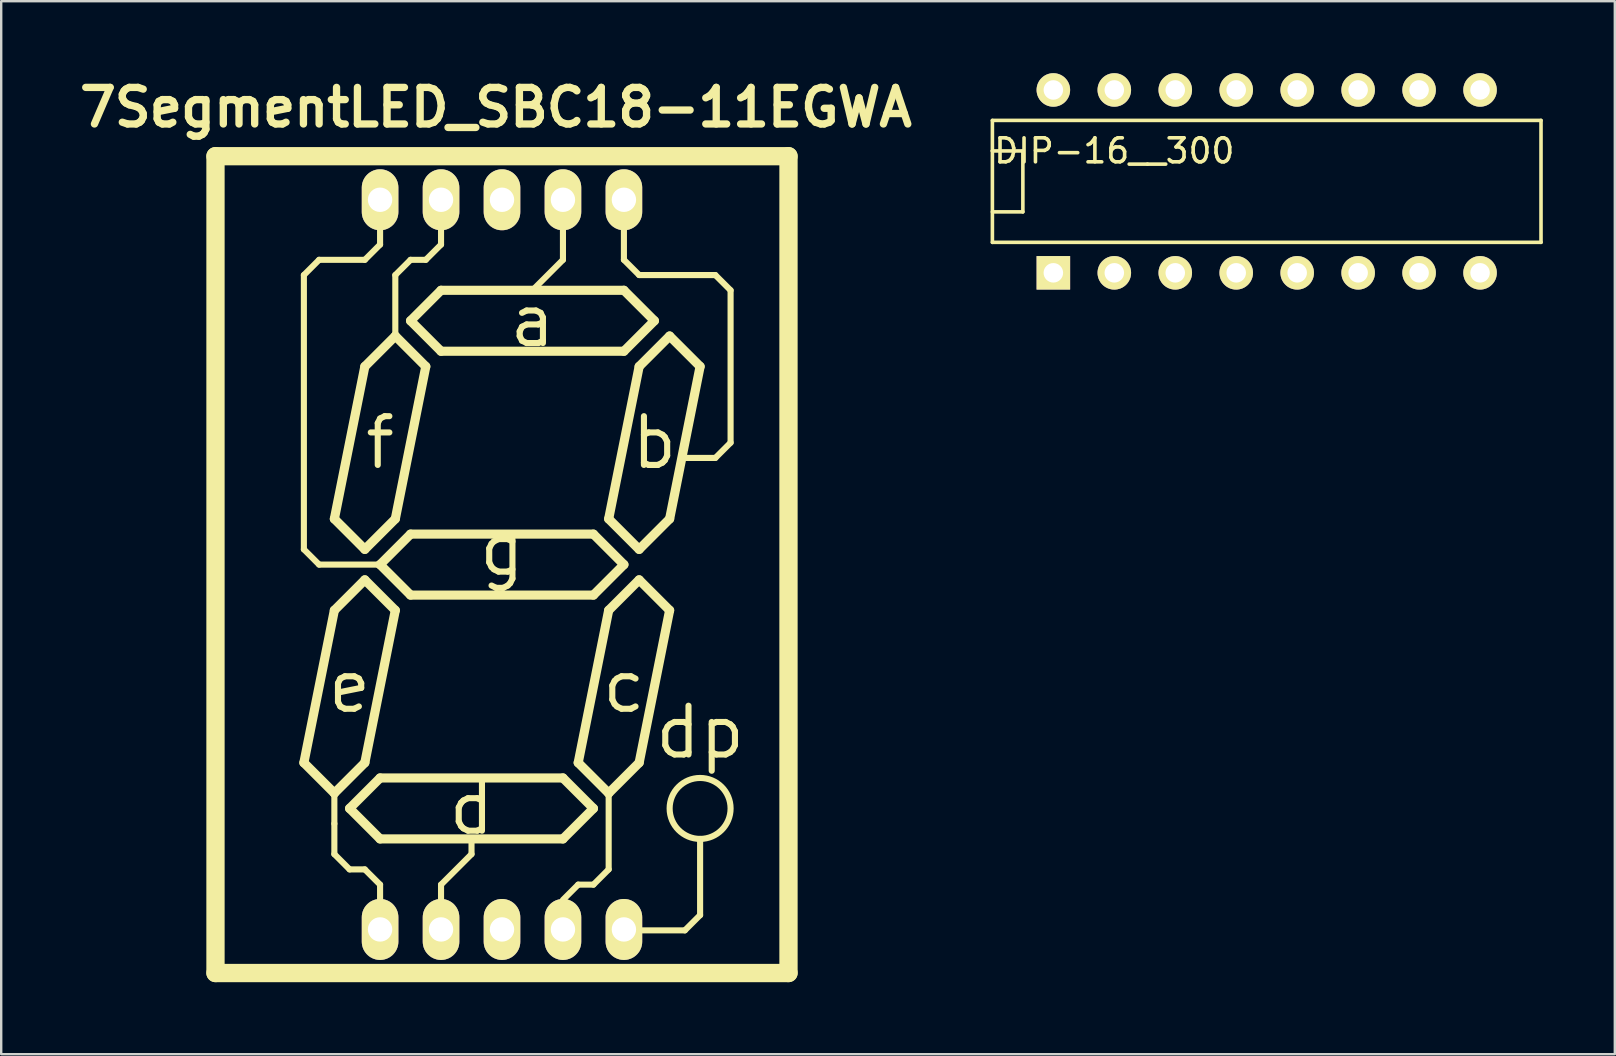
<source format=kicad_pcb>
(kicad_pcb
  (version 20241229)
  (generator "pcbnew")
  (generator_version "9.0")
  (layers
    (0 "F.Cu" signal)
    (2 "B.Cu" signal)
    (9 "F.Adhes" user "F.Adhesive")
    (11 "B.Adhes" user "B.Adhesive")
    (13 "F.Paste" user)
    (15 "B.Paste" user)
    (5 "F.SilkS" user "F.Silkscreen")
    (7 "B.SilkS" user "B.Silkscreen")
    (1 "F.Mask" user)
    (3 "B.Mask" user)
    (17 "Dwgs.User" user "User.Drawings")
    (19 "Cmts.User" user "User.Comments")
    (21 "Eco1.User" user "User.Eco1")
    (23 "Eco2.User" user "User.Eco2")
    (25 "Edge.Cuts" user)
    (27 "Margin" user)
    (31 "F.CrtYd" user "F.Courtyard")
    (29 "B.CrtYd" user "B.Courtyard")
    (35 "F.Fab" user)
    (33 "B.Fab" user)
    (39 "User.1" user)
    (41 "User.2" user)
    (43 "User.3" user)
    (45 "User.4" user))
  (footprint "7SegmentLED_SBC18-11EGWA"
    (layer "F.Cu")
    (at 17.867 20.476)
    (property "Reference" "7SegmentLED_SBC18-11EGWA" (at -0.254 -19.05 0) (layer "F.SilkS") (effects (font (size 1.524 1.524) (thickness 0.305))))
    (attr through_hole)
    (fp_line (start -11.938 -17.018) (end 11.938 -17.018) (stroke (width 0.762) (type solid)) (layer "F.SilkS"))
    (fp_line (start -11.938 17.018) (end -11.938 -17.018) (stroke (width 0.762) (type solid)) (layer "F.SilkS"))
    (fp_line (start -8.255 -12.065) (end -8.255 -0.635) (stroke (width 0.254) (type solid)) (layer "F.SilkS"))
    (fp_line (start -8.255 -0.635) (end -7.62 0) (stroke (width 0.254) (type solid)) (layer "F.SilkS"))
    (fp_line (start -8.255 8.255) (end -6.985 1.905) (stroke (width 0.381) (type solid)) (layer "F.SilkS"))
    (fp_line (start -7.62 -12.7) (end -8.255 -12.065) (stroke (width 0.254) (type solid)) (layer "F.SilkS"))
    (fp_line (start -7.62 0) (end -5.08 0) (stroke (width 0.254) (type solid)) (layer "F.SilkS"))
    (fp_line (start -6.985 -1.905) (end -5.715 -0.635) (stroke (width 0.381) (type solid)) (layer "F.SilkS"))
    (fp_line (start -6.985 1.905) (end -5.715 0.635) (stroke (width 0.381) (type solid)) (layer "F.SilkS"))
    (fp_line (start -6.985 9.525) (end -8.255 8.255) (stroke (width 0.381) (type solid)) (layer "F.SilkS"))
    (fp_line (start -6.985 9.525) (end -6.985 10.795) (stroke (width 0.254) (type solid)) (layer "F.SilkS"))
    (fp_line (start -6.985 10.795) (end -6.985 12.065) (stroke (width 0.254) (type solid)) (layer "F.SilkS"))
    (fp_line (start -6.985 12.065) (end -6.35 12.7) (stroke (width 0.254) (type solid)) (layer "F.SilkS"))
    (fp_line (start -6.35 10.16) (end -5.08 8.89) (stroke (width 0.381) (type solid)) (layer "F.SilkS"))
    (fp_line (start -6.35 12.7) (end -5.715 12.7) (stroke (width 0.254) (type solid)) (layer "F.SilkS"))
    (fp_line (start -5.715 -12.7) (end -7.62 -12.7) (stroke (width 0.254) (type solid)) (layer "F.SilkS"))
    (fp_line (start -5.715 -8.255) (end -6.985 -1.905) (stroke (width 0.381) (type solid)) (layer "F.SilkS"))
    (fp_line (start -5.715 -0.635) (end -4.445 -1.905) (stroke (width 0.381) (type solid)) (layer "F.SilkS"))
    (fp_line (start -5.715 0.635) (end -4.445 1.905) (stroke (width 0.381) (type solid)) (layer "F.SilkS"))
    (fp_line (start -5.715 8.255) (end -6.985 9.525) (stroke (width 0.381) (type solid)) (layer "F.SilkS"))
    (fp_line (start -5.715 12.7) (end -5.08 13.335) (stroke (width 0.254) (type solid)) (layer "F.SilkS"))
    (fp_line (start -5.08 -13.97) (end -5.08 -13.335) (stroke (width 0.254) (type solid)) (layer "F.SilkS"))
    (fp_line (start -5.08 -13.335) (end -5.715 -12.7) (stroke (width 0.254) (type solid)) (layer "F.SilkS"))
    (fp_line (start -5.08 0) (end -3.81 -1.27) (stroke (width 0.381) (type solid)) (layer "F.SilkS"))
    (fp_line (start -5.08 8.89) (end 2.54 8.89) (stroke (width 0.381) (type solid)) (layer "F.SilkS"))
    (fp_line (start -5.08 11.43) (end -6.35 10.16) (stroke (width 0.381) (type solid)) (layer "F.SilkS"))
    (fp_line (start -5.08 13.335) (end -5.08 13.97) (stroke (width 0.254) (type solid)) (layer "F.SilkS"))
    (fp_line (start -4.445 -12.065) (end -3.81 -12.7) (stroke (width 0.254) (type solid)) (layer "F.SilkS"))
    (fp_line (start -4.445 -9.525) (end -5.715 -8.255) (stroke (width 0.381) (type solid)) (layer "F.SilkS"))
    (fp_line (start -4.445 -9.525) (end -4.445 -12.065) (stroke (width 0.254) (type solid)) (layer "F.SilkS"))
    (fp_line (start -4.445 -1.905) (end -3.175 -8.255) (stroke (width 0.381) (type solid)) (layer "F.SilkS"))
    (fp_line (start -4.445 1.905) (end -5.715 8.255) (stroke (width 0.381) (type solid)) (layer "F.SilkS"))
    (fp_line (start -3.81 -12.7) (end -3.175 -12.7) (stroke (width 0.254) (type solid)) (layer "F.SilkS"))
    (fp_line (start -3.81 -10.16) (end -2.54 -11.43) (stroke (width 0.381) (type solid)) (layer "F.SilkS"))
    (fp_line (start -3.81 -1.27) (end 3.81 -1.27) (stroke (width 0.381) (type solid)) (layer "F.SilkS"))
    (fp_line (start -3.81 1.27) (end -5.08 0) (stroke (width 0.381) (type solid)) (layer "F.SilkS"))
    (fp_line (start -3.175 -12.7) (end -2.54 -13.335) (stroke (width 0.254) (type solid)) (layer "F.SilkS"))
    (fp_line (start -3.175 -8.255) (end -4.445 -9.525) (stroke (width 0.381) (type solid)) (layer "F.SilkS"))
    (fp_line (start -2.54 -13.335) (end -2.54 -13.97) (stroke (width 0.254) (type solid)) (layer "F.SilkS"))
    (fp_line (start -2.54 -11.43) (end 5.08 -11.43) (stroke (width 0.381) (type solid)) (layer "F.SilkS"))
    (fp_line (start -2.54 -8.89) (end -3.81 -10.16) (stroke (width 0.381) (type solid)) (layer "F.SilkS"))
    (fp_line (start -2.54 13.335) (end -2.54 13.97) (stroke (width 0.254) (type solid)) (layer "F.SilkS"))
    (fp_line (start -1.27 11.43) (end -1.27 12.065) (stroke (width 0.254) (type solid)) (layer "F.SilkS"))
    (fp_line (start -1.27 12.065) (end -2.54 13.335) (stroke (width 0.254) (type solid)) (layer "F.SilkS"))
    (fp_line (start 2.54 -15.24) (end 2.54 -12.7) (stroke (width 0.254) (type solid)) (layer "F.SilkS"))
    (fp_line (start 2.54 -12.7) (end 1.27 -11.43) (stroke (width 0.254) (type solid)) (layer "F.SilkS"))
    (fp_line (start 2.54 8.89) (end 3.81 10.16) (stroke (width 0.381) (type solid)) (layer "F.SilkS"))
    (fp_line (start 2.54 11.43) (end -5.08 11.43) (stroke (width 0.381) (type solid)) (layer "F.SilkS"))
    (fp_line (start 3.175 8.255) (end 4.445 9.525) (stroke (width 0.381) (type solid)) (layer "F.SilkS"))
    (fp_line (start 3.175 13.335) (end 2.54 13.97) (stroke (width 0.254) (type solid)) (layer "F.SilkS"))
    (fp_line (start 3.81 -1.27) (end 5.08 0) (stroke (width 0.381) (type solid)) (layer "F.SilkS"))
    (fp_line (start 3.81 1.27) (end -3.81 1.27) (stroke (width 0.381) (type solid)) (layer "F.SilkS"))
    (fp_line (start 3.81 10.16) (end 2.54 11.43) (stroke (width 0.381) (type solid)) (layer "F.SilkS"))
    (fp_line (start 3.81 13.335) (end 3.175 13.335) (stroke (width 0.254) (type solid)) (layer "F.SilkS"))
    (fp_line (start 4.445 -1.905) (end 5.715 -8.255) (stroke (width 0.381) (type solid)) (layer "F.SilkS"))
    (fp_line (start 4.445 1.905) (end 3.175 8.255) (stroke (width 0.381) (type solid)) (layer "F.SilkS"))
    (fp_line (start 4.445 9.525) (end 4.445 12.7) (stroke (width 0.254) (type solid)) (layer "F.SilkS"))
    (fp_line (start 4.445 9.525) (end 5.715 8.255) (stroke (width 0.381) (type solid)) (layer "F.SilkS"))
    (fp_line (start 4.445 12.7) (end 3.81 13.335) (stroke (width 0.254) (type solid)) (layer "F.SilkS"))
    (fp_line (start 5.08 -15.24) (end 5.08 -12.7) (stroke (width 0.254) (type solid)) (layer "F.SilkS"))
    (fp_line (start 5.08 -12.7) (end 5.715 -12.065) (stroke (width 0.254) (type solid)) (layer "F.SilkS"))
    (fp_line (start 5.08 -11.43) (end 6.35 -10.16) (stroke (width 0.381) (type solid)) (layer "F.SilkS"))
    (fp_line (start 5.08 -8.89) (end -2.54 -8.89) (stroke (width 0.381) (type solid)) (layer "F.SilkS"))
    (fp_line (start 5.08 0) (end 3.81 1.27) (stroke (width 0.381) (type solid)) (layer "F.SilkS"))
    (fp_line (start 5.715 -12.065) (end 8.89 -12.065) (stroke (width 0.254) (type solid)) (layer "F.SilkS"))
    (fp_line (start 5.715 -8.255) (end 6.985 -9.525) (stroke (width 0.381) (type solid)) (layer "F.SilkS"))
    (fp_line (start 5.715 -0.635) (end 4.445 -1.905) (stroke (width 0.381) (type solid)) (layer "F.SilkS"))
    (fp_line (start 5.715 0.635) (end 4.445 1.905) (stroke (width 0.381) (type solid)) (layer "F.SilkS"))
    (fp_line (start 5.715 8.255) (end 6.985 1.905) (stroke (width 0.381) (type solid)) (layer "F.SilkS"))
    (fp_line (start 6.35 -10.16) (end 5.08 -8.89) (stroke (width 0.381) (type solid)) (layer "F.SilkS"))
    (fp_line (start 6.985 -9.525) (end 8.255 -8.255) (stroke (width 0.381) (type solid)) (layer "F.SilkS"))
    (fp_line (start 6.985 -1.905) (end 5.715 -0.635) (stroke (width 0.381) (type solid)) (layer "F.SilkS"))
    (fp_line (start 6.985 1.905) (end 5.715 0.635) (stroke (width 0.381) (type solid)) (layer "F.SilkS"))
    (fp_line (start 7.62 15.24) (end 5.715 15.24) (stroke (width 0.254) (type solid)) (layer "F.SilkS"))
    (fp_line (start 8.255 -8.255) (end 6.985 -1.905) (stroke (width 0.381) (type solid)) (layer "F.SilkS"))
    (fp_line (start 8.255 11.43) (end 8.255 14.605) (stroke (width 0.254) (type solid)) (layer "F.SilkS"))
    (fp_line (start 8.255 14.605) (end 7.62 15.24) (stroke (width 0.254) (type solid)) (layer "F.SilkS"))
    (fp_line (start 8.89 -12.065) (end 9.525 -11.43) (stroke (width 0.254) (type solid)) (layer "F.SilkS"))
    (fp_line (start 8.89 -4.445) (end 7.62 -4.445) (stroke (width 0.254) (type solid)) (layer "F.SilkS"))
    (fp_line (start 9.525 -11.43) (end 9.525 -5.08) (stroke (width 0.254) (type solid)) (layer "F.SilkS"))
    (fp_line (start 9.525 -5.08) (end 8.89 -4.445) (stroke (width 0.254) (type solid)) (layer "F.SilkS"))
    (fp_line (start 11.938 -17.018) (end 11.938 17.018) (stroke (width 0.762) (type solid)) (layer "F.SilkS"))
    (fp_line (start 11.938 17.018) (end -11.938 17.018) (stroke (width 0.762) (type solid)) (layer "F.SilkS"))
    (fp_circle (center 8.255 10.16) (end 6.985 10.16) (stroke (width 0.254) (type solid)) (fill no) (layer "F.SilkS"))
    (fp_text user "f" (at -5.08 -5.08 0) (layer "F.SilkS") (effects (font (size 2.032 2.032) (thickness 0.254))))
    (fp_text user "e" (at -6.35 5.08 0) (layer "F.SilkS") (effects (font (size 2.032 2.032) (thickness 0.254))))
    (fp_text user "a" (at 1.27 -10.16 0) (layer "F.SilkS") (effects (font (size 2.032 2.032) (thickness 0.254))))
    (fp_text user "c" (at 5.08 5.08 0) (layer "F.SilkS") (effects (font (size 2.032 2.032) (thickness 0.254))))
    (fp_text user "d" (at -1.27 10.16 0) (layer "F.SilkS") (effects (font (size 2.032 2.032) (thickness 0.254))))
    (fp_text user "b" (at 6.35 -5.08 0) (layer "F.SilkS") (effects (font (size 2.032 2.032) (thickness 0.254))))
    (fp_text user "g" (at 0 -0.635 0) (layer "F.SilkS") (effects (font (size 2.032 2.032) (thickness 0.254))))
    (fp_text user "dp" (at 8.255 6.985 0) (layer "F.SilkS") (effects (font (size 2.032 2.032) (thickness 0.254))))
    (pad "1" thru_hole oval (at -5.08 15.202) (size 1.524 2.54) (drill 1.016) (layers "*.Cu" "*.Mask" "F.SilkS"))
    (pad "2" thru_hole oval (at -2.54 15.202) (size 1.524 2.54) (drill 1.016) (layers "*.Cu" "*.Mask" "F.SilkS"))
    (pad "3" thru_hole oval (at 0 15.202) (size 1.524 2.54) (drill 1.016) (layers "*.Cu" "*.Mask" "F.SilkS"))
    (pad "4" thru_hole oval (at 2.54 15.202) (size 1.524 2.54) (drill 1.016) (layers "*.Cu" "*.Mask" "F.SilkS"))
    (pad "5" thru_hole oval (at 5.08 15.202) (size 1.524 2.54) (drill 1.016) (layers "*.Cu" "*.Mask" "F.SilkS"))
    (pad "6" thru_hole oval (at 5.08 -15.202) (size 1.524 2.54) (drill 1.016) (layers "*.Cu" "*.Mask" "F.SilkS"))
    (pad "7" thru_hole oval (at 2.54 -15.202) (size 1.524 2.54) (drill 1.016) (layers "*.Cu" "*.Mask" "F.SilkS"))
    (pad "8" thru_hole oval (at 0 -15.202) (size 1.524 2.54) (drill 1.016) (layers "*.Cu" "*.Mask" "F.SilkS"))
    (pad "9" thru_hole oval (at -2.54 -15.202) (size 1.524 2.54) (drill 1.016) (layers "*.Cu" "*.Mask" "F.SilkS"))
    (pad "10" thru_hole oval (at -5.08 -15.202) (size 1.524 2.54) (drill 1.016) (layers "*.Cu" "*.Mask" "F.SilkS")))
  (footprint "DIP-16__300"
    (layer "F.Cu")
    (at 49.731 4.508)
    (property "Reference" "DIP-16__300" (at -6.35 -1.27 0) (layer "F.SilkS") (effects (font (size 1 1) (thickness 0.15))))
    (attr through_hole)
    (fp_line (start -11.43 -2.54) (end 11.43 -2.54) (stroke (width 0.15) (type solid)) (layer "F.SilkS"))
    (fp_line (start -11.43 -1.27) (end -11.43 -1.27) (stroke (width 0.15) (type solid)) (layer "F.SilkS"))
    (fp_line (start -11.43 -1.27) (end -10.16 -1.27) (stroke (width 0.15) (type solid)) (layer "F.SilkS"))
    (fp_line (start -11.43 2.54) (end -11.43 -2.54) (stroke (width 0.15) (type solid)) (layer "F.SilkS"))
    (fp_line (start -10.16 -1.27) (end -10.16 1.27) (stroke (width 0.15) (type solid)) (layer "F.SilkS"))
    (fp_line (start -10.16 1.27) (end -11.43 1.27) (stroke (width 0.15) (type solid)) (layer "F.SilkS"))
    (fp_line (start 11.43 -2.54) (end 11.43 2.54) (stroke (width 0.15) (type solid)) (layer "F.SilkS"))
    (fp_line (start 11.43 2.54) (end -11.43 2.54) (stroke (width 0.15) (type solid)) (layer "F.SilkS"))
    (pad "1" thru_hole rect (at -8.89 3.81) (size 1.397 1.397) (drill 0.813) (layers "*.Cu" "*.Mask" "F.SilkS"))
    (pad "2" thru_hole circle (at -6.35 3.81) (size 1.397 1.397) (drill 0.813) (layers "*.Cu" "*.Mask" "F.SilkS"))
    (pad "3" thru_hole circle (at -3.81 3.81) (size 1.397 1.397) (drill 0.813) (layers "*.Cu" "*.Mask" "F.SilkS"))
    (pad "4" thru_hole circle (at -1.27 3.81) (size 1.397 1.397) (drill 0.813) (layers "*.Cu" "*.Mask" "F.SilkS"))
    (pad "5" thru_hole circle (at 1.27 3.81) (size 1.397 1.397) (drill 0.813) (layers "*.Cu" "*.Mask" "F.SilkS"))
    (pad "6" thru_hole circle (at 3.81 3.81) (size 1.397 1.397) (drill 0.813) (layers "*.Cu" "*.Mask" "F.SilkS"))
    (pad "7" thru_hole circle (at 6.35 3.81) (size 1.397 1.397) (drill 0.813) (layers "*.Cu" "*.Mask" "F.SilkS"))
    (pad "8" thru_hole circle (at 8.89 3.81) (size 1.397 1.397) (drill 0.813) (layers "*.Cu" "*.Mask" "F.SilkS"))
    (pad "9" thru_hole circle (at 8.89 -3.81) (size 1.397 1.397) (drill 0.813) (layers "*.Cu" "*.Mask" "F.SilkS"))
    (pad "10" thru_hole circle (at 6.35 -3.81) (size 1.397 1.397) (drill 0.813) (layers "*.Cu" "*.Mask" "F.SilkS"))
    (pad "11" thru_hole circle (at 3.81 -3.81) (size 1.397 1.397) (drill 0.813) (layers "*.Cu" "*.Mask" "F.SilkS"))
    (pad "12" thru_hole circle (at 1.27 -3.81) (size 1.397 1.397) (drill 0.813) (layers "*.Cu" "*.Mask" "F.SilkS"))
    (pad "13" thru_hole circle (at -1.27 -3.81) (size 1.397 1.397) (drill 0.813) (layers "*.Cu" "*.Mask" "F.SilkS"))
    (pad "14" thru_hole circle (at -3.81 -3.81) (size 1.397 1.397) (drill 0.813) (layers "*.Cu" "*.Mask" "F.SilkS"))
    (pad "15" thru_hole circle (at -6.35 -3.81) (size 1.397 1.397) (drill 0.813) (layers "*.Cu" "*.Mask" "F.SilkS"))
    (pad "16" thru_hole circle (at -8.89 -3.81) (size 1.397 1.397) (drill 0.813) (layers "*.Cu" "*.Mask" "F.SilkS")))
  (gr_rect
    (start -3 -3)
    (end 64.236 40.875)
    (stroke (width 0.1) (type default))
    (fill no)
    (layer "Edge.Cuts")))
</source>
